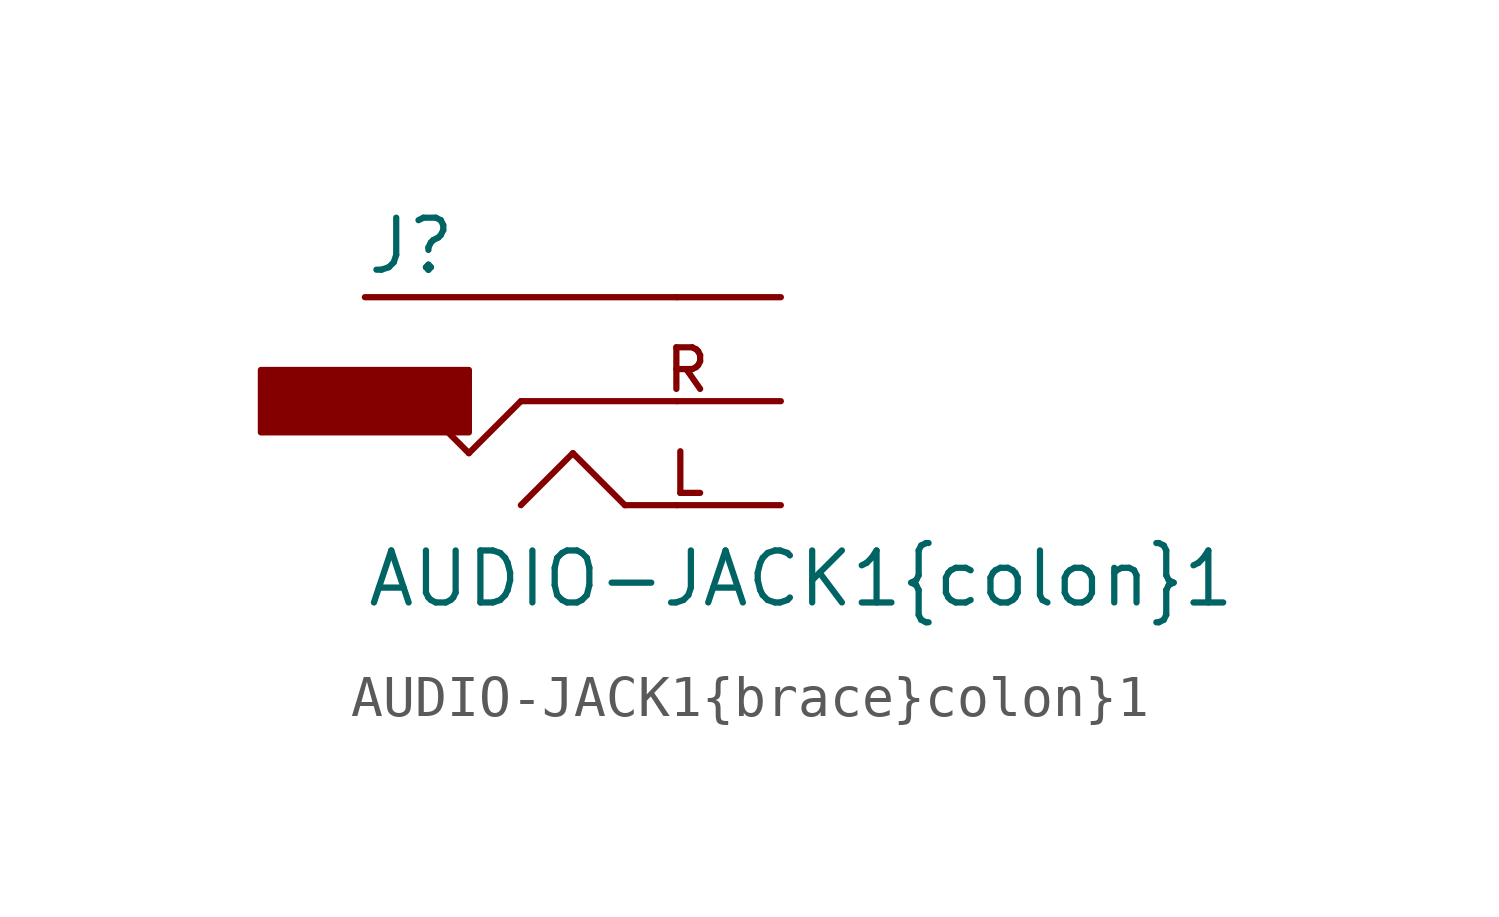
<source format=kicad_sym>
(kicad_symbol_lib
  (version 20211014)
  (generator kicad_symbol_editor)
  (symbol "AUDIO-JACK1{brace}colon}1"
    (pin_numbers hide)
    (pin_names
      (offset 1.016) hide)
    (property "Reference" "J"
      (at -5.08 3.048 0)
      (effects (font (size 1.27 1.27)) (justify left bottom)))
    (property "Value" "AUDIO-JACK1{brace}colon}1"
      (at -5.08 -5.08 0)
      (effects (font (size 1.27 1.27)) (justify left bottom)))
    (property "Datasheet" ""
      (at 0 0 0)
      (effects (font (size 1.524 1.524))))
    (property "ki_locked" ""
      (at 0 0 0)
      (effects (font (size 1.27 1.27))))
    (symbol "AUDIO-JACK1{brace}colon}1_1_0"
      (polyline (pts (xy -2.54 -1.27) (xy -3.81 0)) (stroke (width 0) (type default) (color 0 0 0 0)) (fill (type none)))
      (polyline (pts (xy -1.27 -2.54) (xy 0 -1.27)) (stroke (width 0) (type default) (color 0 0 0 0)) (fill (type none)))
      (polyline (pts (xy -1.27 0) (xy -2.54 -1.27)) (stroke (width 0) (type default) (color 0 0 0 0)) (fill (type none)))
      (polyline (pts (xy 0 -1.27) (xy 1.27 -2.54)) (stroke (width 0) (type default) (color 0 0 0 0)) (fill (type none)))
      (polyline (pts (xy 1.27 -2.54) (xy 2.54 -2.54)) (stroke (width 0) (type default) (color 0 0 0 0)) (fill (type none)))
      (polyline (pts (xy 2.54 0) (xy -1.27 0)) (stroke (width 0) (type default) (color 0 0 0 0)) (fill (type none)))
      (polyline (pts (xy 2.54 2.54) (xy -5.08 2.54)) (stroke (width 0) (type default) (color 0 0 0 0)) (fill (type none)))
      (text "L" (at 2.794 -1.778 0) (effects (font (size 1.016 1.016))))
      (text "R" (at 2.794 0.762 0) (effects (font (size 1.016 1.016)))))
    (symbol "AUDIO-JACK1{brace}colon}1_1_1"
      (rectangle (start -7.62 -0.762) (end -2.54 0.762) (stroke (width 0) (type default) (color 0 0 0 0)) (fill (type outline)))
      (pin bidirectional line (at 5.08 -2.54 180) (length 2.54) (name "LEFT" (effects (font (size 1.016 1.016)))) (number "1" (effects (font (size 1.016 1.016)))))
      (pin bidirectional line (at 5.08 0 180) (length 2.54) (name "RIGHT" (effects (font (size 1.016 1.016)))) (number "4" (effects (font (size 1.016 1.016)))))
      (pin bidirectional line (at 5.08 2.54 180) (length 2.54) (name "SLEEVE" (effects (font (size 1.016 1.016)))) (number "5" (effects (font (size 1.016 1.016))))))))
</source>
